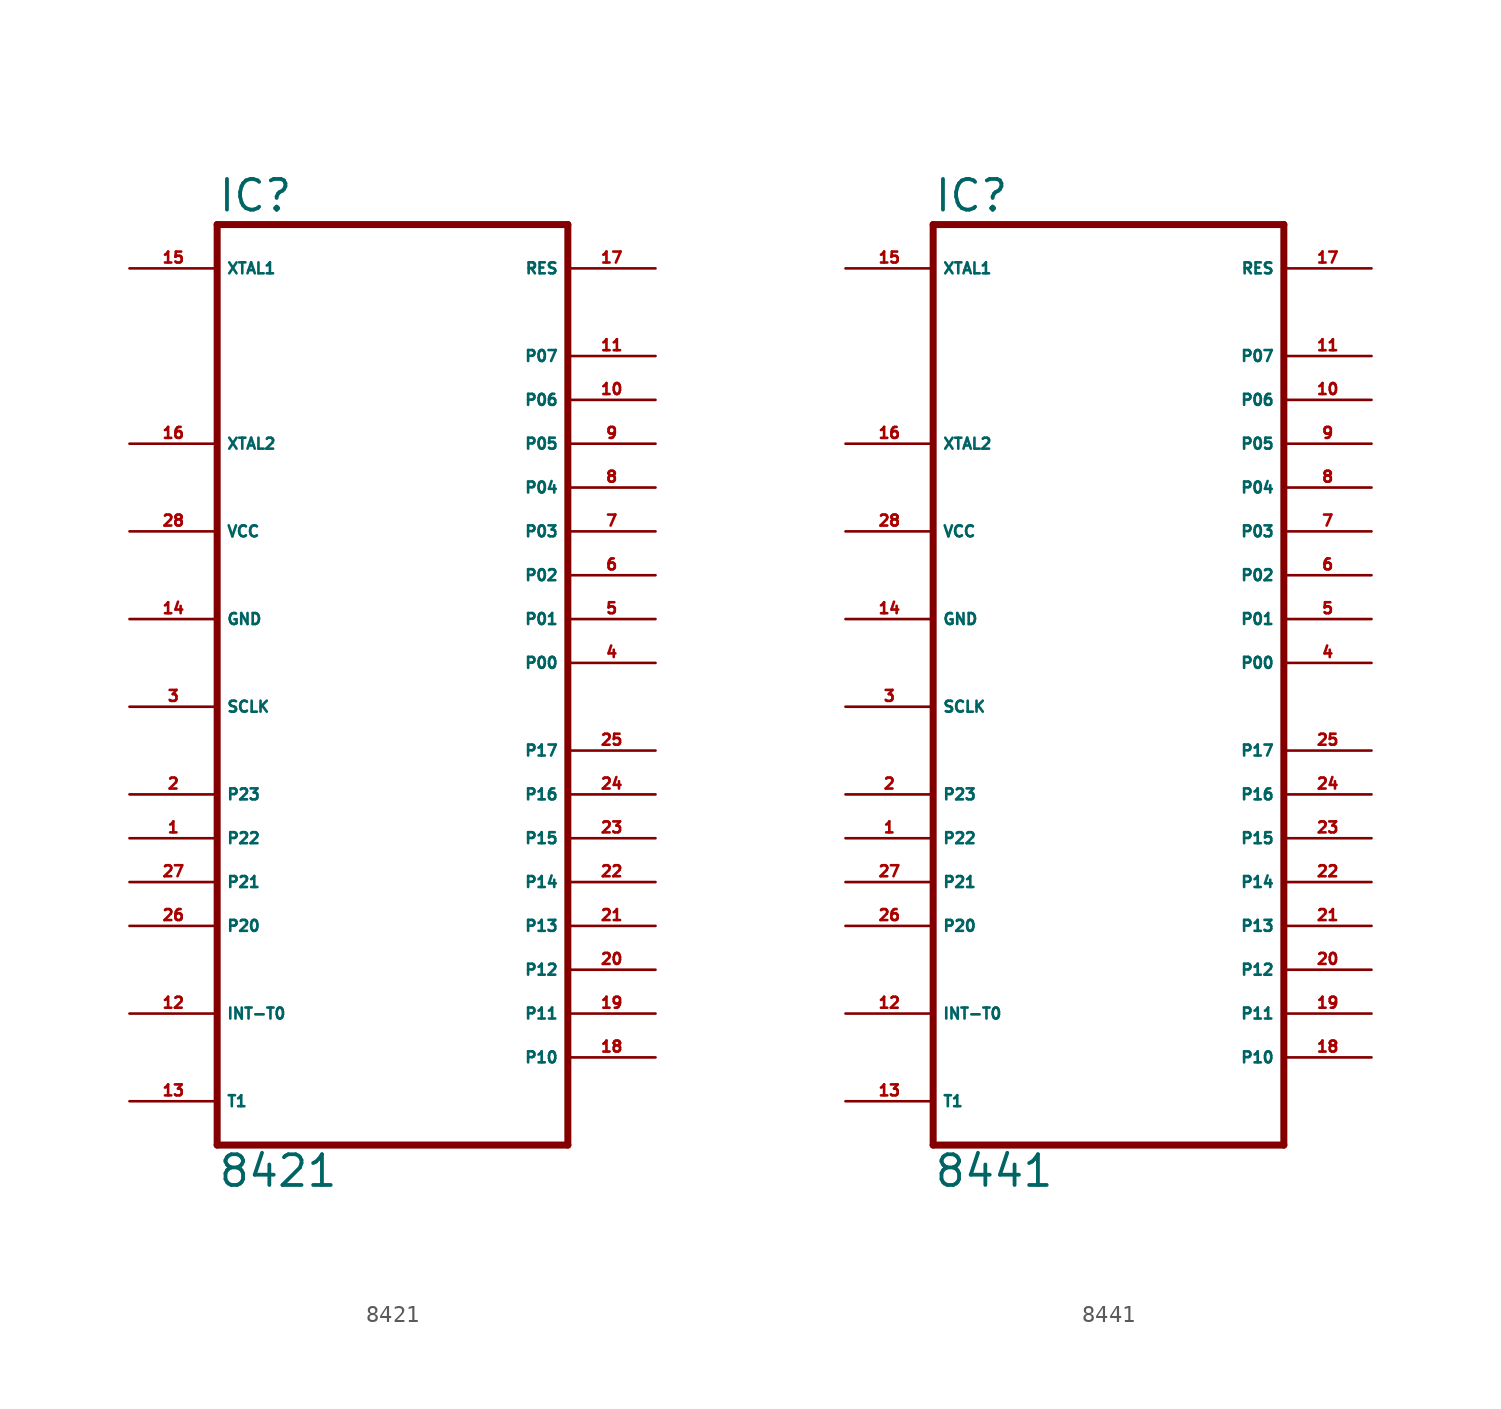
<source format=kicad_sym>
(kicad_symbol_lib
  (version 20220914)
  (generator Eagle2Kicad)
  (symbol "8421"
    (property "Reference" "IC"
      (at -10.16 26.035 0)
      (effects (font (size 1.778 1.778) (thickness 0.22)) (justify left bottom)))
    (property "Value" "8421"
      (at -10.16 -30.48 0)
      (effects (font (size 1.778 1.778) (thickness 0.22)) (justify left bottom)))
    (polyline
      (pts (xy 10.16 25.4) (xy 10.16 -27.94))
      (stroke (width 0.406) (type default))
      (fill (type none)))
    (polyline
      (pts (xy -10.16 -27.94) (xy 10.16 -27.94))
      (stroke (width 0.406) (type default))
      (fill (type none)))
    (polyline
      (pts (xy -10.16 -27.94) (xy -10.16 25.4))
      (stroke (width 0.406) (type default))
      (fill (type none)))
    (polyline
      (pts (xy 10.16 25.4) (xy -10.16 25.4))
      (stroke (width 0.406) (type default))
      (fill (type none)))
    (pin input line
      (at -15.24 12.7 0)
      (length 5.08)
      (name "XTAL2" (effects (font (size 0.635 0.635) (thickness 0.08)) (justify left bottom)))
      (number "16" (effects (font (size 0.635 0.635) (thickness 0.08)) (justify left bottom))))
    (pin input line
      (at -15.24 22.86 0)
      (length 5.08)
      (name "XTAL1" (effects (font (size 0.635 0.635) (thickness 0.08)) (justify left bottom)))
      (number "15" (effects (font (size 0.635 0.635) (thickness 0.08)) (justify left bottom))))
    (pin bidirectional line
      (at -15.24 -7.62 0)
      (length 5.08)
      (name "P23" (effects (font (size 0.635 0.635) (thickness 0.08)) (justify left bottom)))
      (number "2" (effects (font (size 0.635 0.635) (thickness 0.08)) (justify left bottom))))
    (pin bidirectional line
      (at -15.24 -10.16 0)
      (length 5.08)
      (name "P22" (effects (font (size 0.635 0.635) (thickness 0.08)) (justify left bottom)))
      (number "1" (effects (font (size 0.635 0.635) (thickness 0.08)) (justify left bottom))))
    (pin bidirectional line
      (at -15.24 -12.7 0)
      (length 5.08)
      (name "P21" (effects (font (size 0.635 0.635) (thickness 0.08)) (justify left bottom)))
      (number "27" (effects (font (size 0.635 0.635) (thickness 0.08)) (justify left bottom))))
    (pin bidirectional line
      (at -15.24 -15.24 0)
      (length 5.08)
      (name "P20" (effects (font (size 0.635 0.635) (thickness 0.08)) (justify left bottom)))
      (number "26" (effects (font (size 0.635 0.635) (thickness 0.08)) (justify left bottom))))
    (pin bidirectional line
      (at 15.24 17.78 180)
      (length 5.08)
      (name "P07" (effects (font (size 0.635 0.635) (thickness 0.08)) (justify left bottom)))
      (number "11" (effects (font (size 0.635 0.635) (thickness 0.08)) (justify left bottom))))
    (pin bidirectional line
      (at 15.24 15.24 180)
      (length 5.08)
      (name "P06" (effects (font (size 0.635 0.635) (thickness 0.08)) (justify left bottom)))
      (number "10" (effects (font (size 0.635 0.635) (thickness 0.08)) (justify left bottom))))
    (pin bidirectional line
      (at 15.24 12.7 180)
      (length 5.08)
      (name "P05" (effects (font (size 0.635 0.635) (thickness 0.08)) (justify left bottom)))
      (number "9" (effects (font (size 0.635 0.635) (thickness 0.08)) (justify left bottom))))
    (pin bidirectional line
      (at 15.24 10.16 180)
      (length 5.08)
      (name "P04" (effects (font (size 0.635 0.635) (thickness 0.08)) (justify left bottom)))
      (number "8" (effects (font (size 0.635 0.635) (thickness 0.08)) (justify left bottom))))
    (pin bidirectional line
      (at 15.24 7.62 180)
      (length 5.08)
      (name "P03" (effects (font (size 0.635 0.635) (thickness 0.08)) (justify left bottom)))
      (number "7" (effects (font (size 0.635 0.635) (thickness 0.08)) (justify left bottom))))
    (pin bidirectional line
      (at 15.24 5.08 180)
      (length 5.08)
      (name "P02" (effects (font (size 0.635 0.635) (thickness 0.08)) (justify left bottom)))
      (number "6" (effects (font (size 0.635 0.635) (thickness 0.08)) (justify left bottom))))
    (pin bidirectional line
      (at 15.24 2.54 180)
      (length 5.08)
      (name "P01" (effects (font (size 0.635 0.635) (thickness 0.08)) (justify left bottom)))
      (number "5" (effects (font (size 0.635 0.635) (thickness 0.08)) (justify left bottom))))
    (pin bidirectional line
      (at 15.24 0 180)
      (length 5.08)
      (name "P00" (effects (font (size 0.635 0.635) (thickness 0.08)) (justify left bottom)))
      (number "4" (effects (font (size 0.635 0.635) (thickness 0.08)) (justify left bottom))))
    (pin input line
      (at -15.24 -20.32 0)
      (length 5.08)
      (name "INT-T0" (effects (font (size 0.635 0.635) (thickness 0.08)) (justify left bottom)))
      (number "12" (effects (font (size 0.635 0.635) (thickness 0.08)) (justify left bottom))))
    (pin unspecified line
      (at -15.24 7.62 0)
      (length 5.08)
      (name "VCC" (effects (font (size 0.635 0.635) (thickness 0.08)) (justify left bottom)))
      (number "28" (effects (font (size 0.635 0.635) (thickness 0.08)) (justify left bottom))))
    (pin unspecified line
      (at -15.24 2.54 0)
      (length 5.08)
      (name "GND" (effects (font (size 0.635 0.635) (thickness 0.08)) (justify left bottom)))
      (number "14" (effects (font (size 0.635 0.635) (thickness 0.08)) (justify left bottom))))
    (pin bidirectional line
      (at 15.24 -20.32 180)
      (length 5.08)
      (name "P11" (effects (font (size 0.635 0.635) (thickness 0.08)) (justify left bottom)))
      (number "19" (effects (font (size 0.635 0.635) (thickness 0.08)) (justify left bottom))))
    (pin bidirectional line
      (at 15.24 22.86 180)
      (length 5.08)
      (name "RES" (effects (font (size 0.635 0.635) (thickness 0.08)) (justify left bottom)))
      (number "17" (effects (font (size 0.635 0.635) (thickness 0.08)) (justify left bottom))))
    (pin bidirectional line
      (at 15.24 -15.24 180)
      (length 5.08)
      (name "P13" (effects (font (size 0.635 0.635) (thickness 0.08)) (justify left bottom)))
      (number "21" (effects (font (size 0.635 0.635) (thickness 0.08)) (justify left bottom))))
    (pin bidirectional line
      (at 15.24 -12.7 180)
      (length 5.08)
      (name "P14" (effects (font (size 0.635 0.635) (thickness 0.08)) (justify left bottom)))
      (number "22" (effects (font (size 0.635 0.635) (thickness 0.08)) (justify left bottom))))
    (pin bidirectional line
      (at 15.24 -10.16 180)
      (length 5.08)
      (name "P15" (effects (font (size 0.635 0.635) (thickness 0.08)) (justify left bottom)))
      (number "23" (effects (font (size 0.635 0.635) (thickness 0.08)) (justify left bottom))))
    (pin bidirectional line
      (at 15.24 -7.62 180)
      (length 5.08)
      (name "P16" (effects (font (size 0.635 0.635) (thickness 0.08)) (justify left bottom)))
      (number "24" (effects (font (size 0.635 0.635) (thickness 0.08)) (justify left bottom))))
    (pin bidirectional line
      (at 15.24 -5.08 180)
      (length 5.08)
      (name "P17" (effects (font (size 0.635 0.635) (thickness 0.08)) (justify left bottom)))
      (number "25" (effects (font (size 0.635 0.635) (thickness 0.08)) (justify left bottom))))
    (pin input line
      (at -15.24 -25.4 0)
      (length 5.08)
      (name "T1" (effects (font (size 0.635 0.635) (thickness 0.08)) (justify left bottom)))
      (number "13" (effects (font (size 0.635 0.635) (thickness 0.08)) (justify left bottom))))
    (pin bidirectional line
      (at -15.24 -2.54 0)
      (length 5.08)
      (name "SCLK" (effects (font (size 0.635 0.635) (thickness 0.08)) (justify left bottom)))
      (number "3" (effects (font (size 0.635 0.635) (thickness 0.08)) (justify left bottom))))
    (pin bidirectional line
      (at 15.24 -17.78 180)
      (length 5.08)
      (name "P12" (effects (font (size 0.635 0.635) (thickness 0.08)) (justify left bottom)))
      (number "20" (effects (font (size 0.635 0.635) (thickness 0.08)) (justify left bottom))))
    (pin bidirectional line
      (at 15.24 -22.86 180)
      (length 5.08)
      (name "P10" (effects (font (size 0.635 0.635) (thickness 0.08)) (justify left bottom)))
      (number "18" (effects (font (size 0.635 0.635) (thickness 0.08)) (justify left bottom)))))
  (symbol "8441"
    (property "Reference" "IC"
      (at -10.16 26.035 0)
      (effects (font (size 1.778 1.778) (thickness 0.22)) (justify left bottom)))
    (property "Value" "8441"
      (at -10.16 -30.48 0)
      (effects (font (size 1.778 1.778) (thickness 0.22)) (justify left bottom)))
    (polyline
      (pts (xy 10.16 25.4) (xy 10.16 -27.94))
      (stroke (width 0.406) (type default))
      (fill (type none)))
    (polyline
      (pts (xy -10.16 -27.94) (xy 10.16 -27.94))
      (stroke (width 0.406) (type default))
      (fill (type none)))
    (polyline
      (pts (xy -10.16 -27.94) (xy -10.16 25.4))
      (stroke (width 0.406) (type default))
      (fill (type none)))
    (polyline
      (pts (xy 10.16 25.4) (xy -10.16 25.4))
      (stroke (width 0.406) (type default))
      (fill (type none)))
    (pin input line
      (at -15.24 12.7 0)
      (length 5.08)
      (name "XTAL2" (effects (font (size 0.635 0.635) (thickness 0.08)) (justify left bottom)))
      (number "16" (effects (font (size 0.635 0.635) (thickness 0.08)) (justify left bottom))))
    (pin input line
      (at -15.24 22.86 0)
      (length 5.08)
      (name "XTAL1" (effects (font (size 0.635 0.635) (thickness 0.08)) (justify left bottom)))
      (number "15" (effects (font (size 0.635 0.635) (thickness 0.08)) (justify left bottom))))
    (pin bidirectional line
      (at -15.24 -7.62 0)
      (length 5.08)
      (name "P23" (effects (font (size 0.635 0.635) (thickness 0.08)) (justify left bottom)))
      (number "2" (effects (font (size 0.635 0.635) (thickness 0.08)) (justify left bottom))))
    (pin bidirectional line
      (at -15.24 -10.16 0)
      (length 5.08)
      (name "P22" (effects (font (size 0.635 0.635) (thickness 0.08)) (justify left bottom)))
      (number "1" (effects (font (size 0.635 0.635) (thickness 0.08)) (justify left bottom))))
    (pin bidirectional line
      (at -15.24 -12.7 0)
      (length 5.08)
      (name "P21" (effects (font (size 0.635 0.635) (thickness 0.08)) (justify left bottom)))
      (number "27" (effects (font (size 0.635 0.635) (thickness 0.08)) (justify left bottom))))
    (pin bidirectional line
      (at -15.24 -15.24 0)
      (length 5.08)
      (name "P20" (effects (font (size 0.635 0.635) (thickness 0.08)) (justify left bottom)))
      (number "26" (effects (font (size 0.635 0.635) (thickness 0.08)) (justify left bottom))))
    (pin bidirectional line
      (at 15.24 17.78 180)
      (length 5.08)
      (name "P07" (effects (font (size 0.635 0.635) (thickness 0.08)) (justify left bottom)))
      (number "11" (effects (font (size 0.635 0.635) (thickness 0.08)) (justify left bottom))))
    (pin bidirectional line
      (at 15.24 15.24 180)
      (length 5.08)
      (name "P06" (effects (font (size 0.635 0.635) (thickness 0.08)) (justify left bottom)))
      (number "10" (effects (font (size 0.635 0.635) (thickness 0.08)) (justify left bottom))))
    (pin bidirectional line
      (at 15.24 12.7 180)
      (length 5.08)
      (name "P05" (effects (font (size 0.635 0.635) (thickness 0.08)) (justify left bottom)))
      (number "9" (effects (font (size 0.635 0.635) (thickness 0.08)) (justify left bottom))))
    (pin bidirectional line
      (at 15.24 10.16 180)
      (length 5.08)
      (name "P04" (effects (font (size 0.635 0.635) (thickness 0.08)) (justify left bottom)))
      (number "8" (effects (font (size 0.635 0.635) (thickness 0.08)) (justify left bottom))))
    (pin bidirectional line
      (at 15.24 7.62 180)
      (length 5.08)
      (name "P03" (effects (font (size 0.635 0.635) (thickness 0.08)) (justify left bottom)))
      (number "7" (effects (font (size 0.635 0.635) (thickness 0.08)) (justify left bottom))))
    (pin bidirectional line
      (at 15.24 5.08 180)
      (length 5.08)
      (name "P02" (effects (font (size 0.635 0.635) (thickness 0.08)) (justify left bottom)))
      (number "6" (effects (font (size 0.635 0.635) (thickness 0.08)) (justify left bottom))))
    (pin bidirectional line
      (at 15.24 2.54 180)
      (length 5.08)
      (name "P01" (effects (font (size 0.635 0.635) (thickness 0.08)) (justify left bottom)))
      (number "5" (effects (font (size 0.635 0.635) (thickness 0.08)) (justify left bottom))))
    (pin bidirectional line
      (at 15.24 0 180)
      (length 5.08)
      (name "P00" (effects (font (size 0.635 0.635) (thickness 0.08)) (justify left bottom)))
      (number "4" (effects (font (size 0.635 0.635) (thickness 0.08)) (justify left bottom))))
    (pin input line
      (at -15.24 -20.32 0)
      (length 5.08)
      (name "INT-T0" (effects (font (size 0.635 0.635) (thickness 0.08)) (justify left bottom)))
      (number "12" (effects (font (size 0.635 0.635) (thickness 0.08)) (justify left bottom))))
    (pin unspecified line
      (at -15.24 7.62 0)
      (length 5.08)
      (name "VCC" (effects (font (size 0.635 0.635) (thickness 0.08)) (justify left bottom)))
      (number "28" (effects (font (size 0.635 0.635) (thickness 0.08)) (justify left bottom))))
    (pin unspecified line
      (at -15.24 2.54 0)
      (length 5.08)
      (name "GND" (effects (font (size 0.635 0.635) (thickness 0.08)) (justify left bottom)))
      (number "14" (effects (font (size 0.635 0.635) (thickness 0.08)) (justify left bottom))))
    (pin bidirectional line
      (at 15.24 -20.32 180)
      (length 5.08)
      (name "P11" (effects (font (size 0.635 0.635) (thickness 0.08)) (justify left bottom)))
      (number "19" (effects (font (size 0.635 0.635) (thickness 0.08)) (justify left bottom))))
    (pin bidirectional line
      (at 15.24 22.86 180)
      (length 5.08)
      (name "RES" (effects (font (size 0.635 0.635) (thickness 0.08)) (justify left bottom)))
      (number "17" (effects (font (size 0.635 0.635) (thickness 0.08)) (justify left bottom))))
    (pin bidirectional line
      (at 15.24 -15.24 180)
      (length 5.08)
      (name "P13" (effects (font (size 0.635 0.635) (thickness 0.08)) (justify left bottom)))
      (number "21" (effects (font (size 0.635 0.635) (thickness 0.08)) (justify left bottom))))
    (pin bidirectional line
      (at 15.24 -12.7 180)
      (length 5.08)
      (name "P14" (effects (font (size 0.635 0.635) (thickness 0.08)) (justify left bottom)))
      (number "22" (effects (font (size 0.635 0.635) (thickness 0.08)) (justify left bottom))))
    (pin bidirectional line
      (at 15.24 -10.16 180)
      (length 5.08)
      (name "P15" (effects (font (size 0.635 0.635) (thickness 0.08)) (justify left bottom)))
      (number "23" (effects (font (size 0.635 0.635) (thickness 0.08)) (justify left bottom))))
    (pin bidirectional line
      (at 15.24 -7.62 180)
      (length 5.08)
      (name "P16" (effects (font (size 0.635 0.635) (thickness 0.08)) (justify left bottom)))
      (number "24" (effects (font (size 0.635 0.635) (thickness 0.08)) (justify left bottom))))
    (pin bidirectional line
      (at 15.24 -5.08 180)
      (length 5.08)
      (name "P17" (effects (font (size 0.635 0.635) (thickness 0.08)) (justify left bottom)))
      (number "25" (effects (font (size 0.635 0.635) (thickness 0.08)) (justify left bottom))))
    (pin input line
      (at -15.24 -25.4 0)
      (length 5.08)
      (name "T1" (effects (font (size 0.635 0.635) (thickness 0.08)) (justify left bottom)))
      (number "13" (effects (font (size 0.635 0.635) (thickness 0.08)) (justify left bottom))))
    (pin bidirectional line
      (at -15.24 -2.54 0)
      (length 5.08)
      (name "SCLK" (effects (font (size 0.635 0.635) (thickness 0.08)) (justify left bottom)))
      (number "3" (effects (font (size 0.635 0.635) (thickness 0.08)) (justify left bottom))))
    (pin bidirectional line
      (at 15.24 -17.78 180)
      (length 5.08)
      (name "P12" (effects (font (size 0.635 0.635) (thickness 0.08)) (justify left bottom)))
      (number "20" (effects (font (size 0.635 0.635) (thickness 0.08)) (justify left bottom))))
    (pin bidirectional line
      (at 15.24 -22.86 180)
      (length 5.08)
      (name "P10" (effects (font (size 0.635 0.635) (thickness 0.08)) (justify left bottom)))
      (number "18" (effects (font (size 0.635 0.635) (thickness 0.08)) (justify left bottom))))))
</source>
